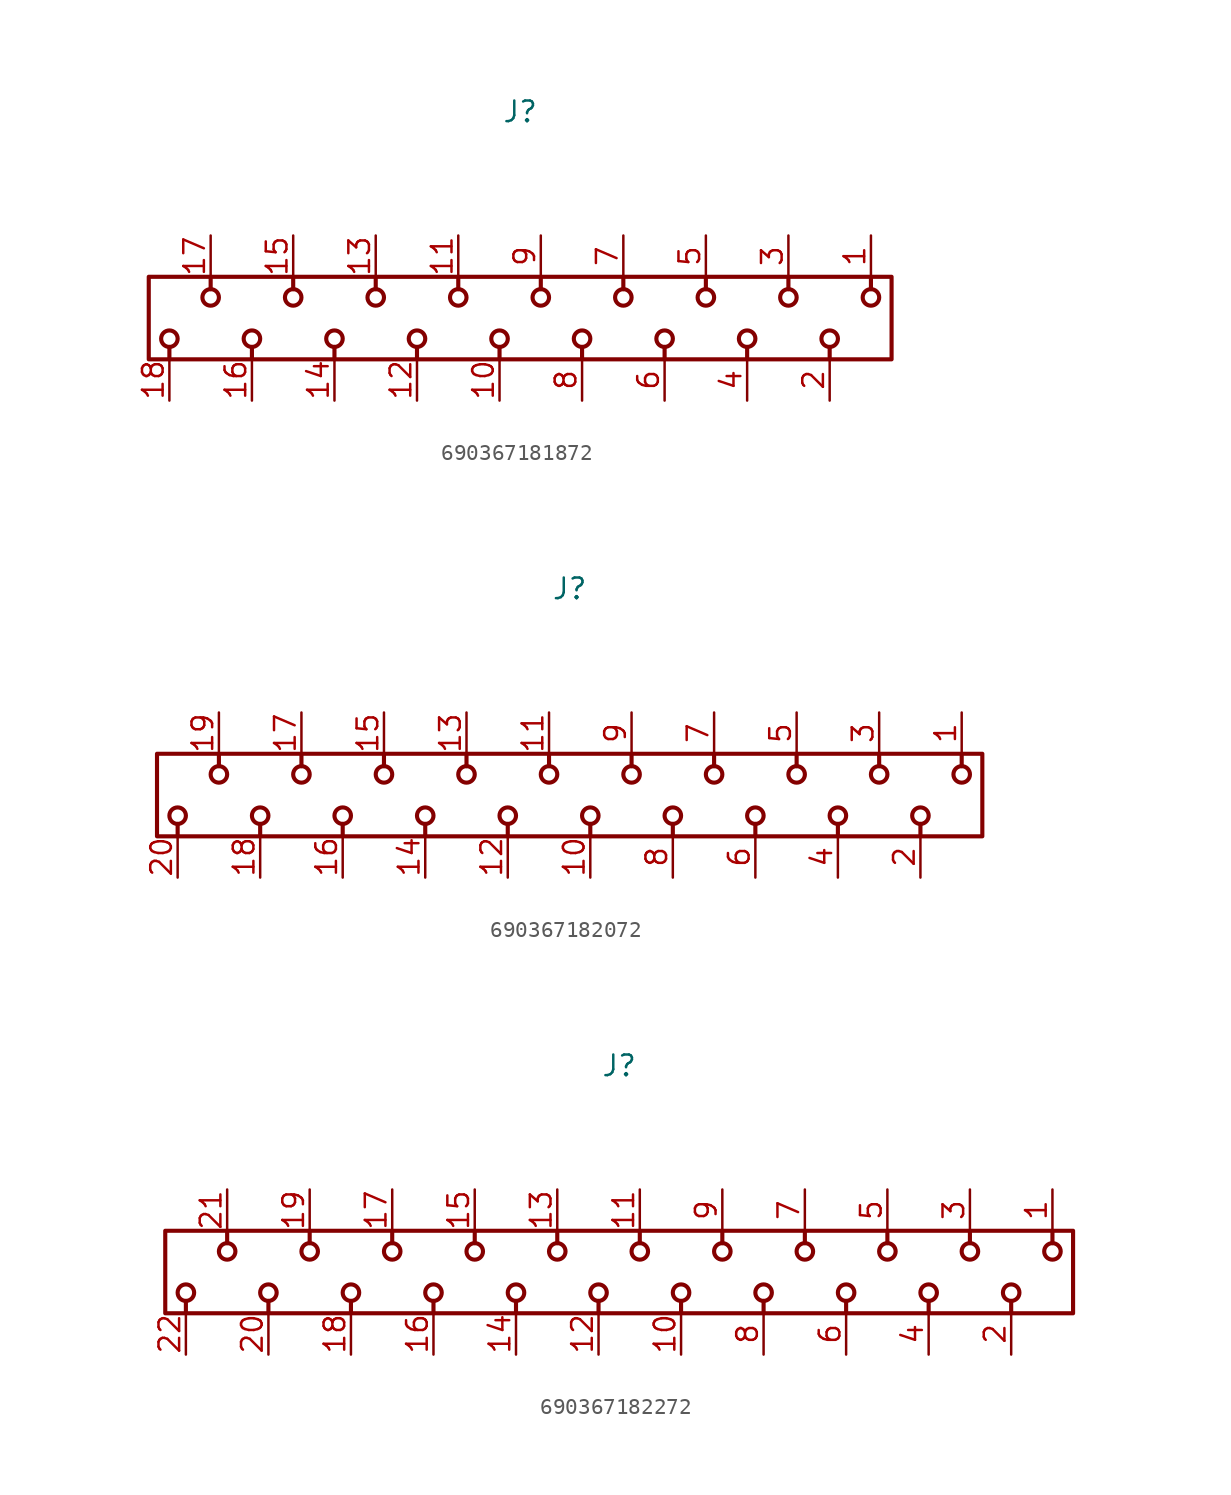
<source format=kicad_sym>
(kicad_symbol_lib
  (version 20241209)
  (generator "kicad_symbol_editor")
  (generator_version "9.0")
  (symbol "690367181872"
    (pin_names
      (hide yes))
    (property "Reference" "J"
      (at 0 12.7 0)
      (effects (font (size 1.27 1.27))))
    (symbol "690367181872_1_1"
      (rectangle (start -22.86 2.54) (end 22.86 -2.54) (stroke (width 0.254) (type solid)) (fill (type none)))
      (circle (center -21.59 -1.27) (radius 0.508) (stroke (width 0.254) (type solid)) (fill (type none)))
      (polyline (pts (xy -21.59 -1.778) (xy -21.59 -2.54)) (stroke (width 0.254) (type solid)) (fill (type none)))
      (polyline (pts (xy -19.05 1.778) (xy -19.05 2.54)) (stroke (width 0.254) (type solid)) (fill (type none)))
      (circle (center -19.05 1.27) (radius 0.508) (stroke (width 0.254) (type solid)) (fill (type none)))
      (circle (center -16.51 -1.27) (radius 0.508) (stroke (width 0.254) (type solid)) (fill (type none)))
      (polyline (pts (xy -16.51 -1.778) (xy -16.51 -2.54)) (stroke (width 0.254) (type solid)) (fill (type none)))
      (polyline (pts (xy -13.97 1.778) (xy -13.97 2.54)) (stroke (width 0.254) (type solid)) (fill (type none)))
      (circle (center -13.97 1.27) (radius 0.508) (stroke (width 0.254) (type solid)) (fill (type none)))
      (circle (center -11.43 -1.27) (radius 0.508) (stroke (width 0.254) (type solid)) (fill (type none)))
      (polyline (pts (xy -11.43 -1.778) (xy -11.43 -2.54)) (stroke (width 0.254) (type solid)) (fill (type none)))
      (polyline (pts (xy -8.89 1.778) (xy -8.89 2.54)) (stroke (width 0.254) (type solid)) (fill (type none)))
      (circle (center -8.89 1.27) (radius 0.508) (stroke (width 0.254) (type solid)) (fill (type none)))
      (circle (center -6.35 -1.27) (radius 0.508) (stroke (width 0.254) (type solid)) (fill (type none)))
      (polyline (pts (xy -6.35 -1.778) (xy -6.35 -2.54)) (stroke (width 0.254) (type solid)) (fill (type none)))
      (polyline (pts (xy -3.81 1.778) (xy -3.81 2.54)) (stroke (width 0.254) (type solid)) (fill (type none)))
      (circle (center -3.81 1.27) (radius 0.508) (stroke (width 0.254) (type solid)) (fill (type none)))
      (circle (center -1.27 -1.27) (radius 0.508) (stroke (width 0.254) (type solid)) (fill (type none)))
      (polyline (pts (xy -1.27 -1.778) (xy -1.27 -2.54)) (stroke (width 0.254) (type solid)) (fill (type none)))
      (polyline (pts (xy 1.27 1.778) (xy 1.27 2.54)) (stroke (width 0.254) (type solid)) (fill (type none)))
      (circle (center 1.27 1.27) (radius 0.508) (stroke (width 0.254) (type solid)) (fill (type none)))
      (circle (center 3.81 -1.27) (radius 0.508) (stroke (width 0.254) (type solid)) (fill (type none)))
      (polyline (pts (xy 3.81 -1.778) (xy 3.81 -2.54)) (stroke (width 0.254) (type solid)) (fill (type none)))
      (polyline (pts (xy 6.35 1.778) (xy 6.35 2.54)) (stroke (width 0.254) (type solid)) (fill (type none)))
      (circle (center 6.35 1.27) (radius 0.508) (stroke (width 0.254) (type solid)) (fill (type none)))
      (circle (center 8.89 -1.27) (radius 0.508) (stroke (width 0.254) (type solid)) (fill (type none)))
      (polyline (pts (xy 8.89 -1.778) (xy 8.89 -2.54)) (stroke (width 0.254) (type solid)) (fill (type none)))
      (polyline (pts (xy 11.43 1.778) (xy 11.43 2.54)) (stroke (width 0.254) (type solid)) (fill (type none)))
      (circle (center 11.43 1.27) (radius 0.508) (stroke (width 0.254) (type solid)) (fill (type none)))
      (circle (center 13.97 -1.27) (radius 0.508) (stroke (width 0.254) (type solid)) (fill (type none)))
      (polyline (pts (xy 13.97 -1.778) (xy 13.97 -2.54)) (stroke (width 0.254) (type solid)) (fill (type none)))
      (polyline (pts (xy 16.51 1.778) (xy 16.51 2.54)) (stroke (width 0.254) (type solid)) (fill (type none)))
      (circle (center 16.51 1.27) (radius 0.508) (stroke (width 0.254) (type solid)) (fill (type none)))
      (circle (center 19.05 -1.27) (radius 0.508) (stroke (width 0.254) (type solid)) (fill (type none)))
      (polyline (pts (xy 19.05 -1.778) (xy 19.05 -2.54)) (stroke (width 0.254) (type solid)) (fill (type none)))
      (polyline (pts (xy 21.59 1.778) (xy 21.59 2.54)) (stroke (width 0.254) (type solid)) (fill (type none)))
      (circle (center 21.59 1.27) (radius 0.508) (stroke (width 0.254) (type solid)) (fill (type none)))
      (pin passive line (at -21.59 -5.08 90) (length 2.54) (name "18" (effects (font (size 1.27 1.27)))) (number "18" (effects (font (size 1.27 1.27)))))
      (pin passive line (at -19.05 5.08 270) (length 2.54) (name "17" (effects (font (size 1.27 1.27)))) (number "17" (effects (font (size 1.27 1.27)))))
      (pin passive line (at -16.51 -5.08 90) (length 2.54) (name "16" (effects (font (size 1.27 1.27)))) (number "16" (effects (font (size 1.27 1.27)))))
      (pin passive line (at -13.97 5.08 270) (length 2.54) (name "15" (effects (font (size 1.27 1.27)))) (number "15" (effects (font (size 1.27 1.27)))))
      (pin passive line (at -11.43 -5.08 90) (length 2.54) (name "14" (effects (font (size 1.27 1.27)))) (number "14" (effects (font (size 1.27 1.27)))))
      (pin passive line (at -8.89 5.08 270) (length 2.54) (name "13" (effects (font (size 1.27 1.27)))) (number "13" (effects (font (size 1.27 1.27)))))
      (pin passive line (at -6.35 -5.08 90) (length 2.54) (name "12" (effects (font (size 1.27 1.27)))) (number "12" (effects (font (size 1.27 1.27)))))
      (pin passive line (at -3.81 5.08 270) (length 2.54) (name "11" (effects (font (size 1.27 1.27)))) (number "11" (effects (font (size 1.27 1.27)))))
      (pin passive line (at -1.27 -5.08 90) (length 2.54) (name "10" (effects (font (size 1.27 1.27)))) (number "10" (effects (font (size 1.27 1.27)))))
      (pin passive line (at 1.27 5.08 270) (length 2.54) (name "9" (effects (font (size 1.27 1.27)))) (number "9" (effects (font (size 1.27 1.27)))))
      (pin passive line (at 3.81 -5.08 90) (length 2.54) (name "8" (effects (font (size 1.27 1.27)))) (number "8" (effects (font (size 1.27 1.27)))))
      (pin passive line (at 6.35 5.08 270) (length 2.54) (name "7" (effects (font (size 1.27 1.27)))) (number "7" (effects (font (size 1.27 1.27)))))
      (pin passive line (at 8.89 -5.08 90) (length 2.54) (name "6" (effects (font (size 1.27 1.27)))) (number "6" (effects (font (size 1.27 1.27)))))
      (pin passive line (at 11.43 5.08 270) (length 2.54) (name "5" (effects (font (size 1.27 1.27)))) (number "5" (effects (font (size 1.27 1.27)))))
      (pin passive line (at 13.97 -5.08 90) (length 2.54) (name "4" (effects (font (size 1.27 1.27)))) (number "4" (effects (font (size 1.27 1.27)))))
      (pin passive line (at 16.51 5.08 270) (length 2.54) (name "3" (effects (font (size 1.27 1.27)))) (number "3" (effects (font (size 1.27 1.27)))))
      (pin passive line (at 19.05 -5.08 90) (length 2.54) (name "2" (effects (font (size 1.27 1.27)))) (number "2" (effects (font (size 1.27 1.27)))))
      (pin passive line (at 21.59 5.08 270) (length 2.54) (name "1" (effects (font (size 1.27 1.27)))) (number "1" (effects (font (size 1.27 1.27)))))))
  (symbol "690367182072"
    (pin_names
      (hide yes))
    (property "Reference" "J"
      (at 0 12.7 0)
      (effects (font (size 1.27 1.27))))
    (symbol "690367182072_1_1"
      (rectangle (start -25.4 2.54) (end 25.4 -2.54) (stroke (width 0.254) (type solid)) (fill (type none)))
      (circle (center -24.13 -1.27) (radius 0.508) (stroke (width 0.254) (type solid)) (fill (type none)))
      (polyline (pts (xy -24.13 -1.778) (xy -24.13 -2.54)) (stroke (width 0.254) (type solid)) (fill (type none)))
      (polyline (pts (xy -21.59 1.778) (xy -21.59 2.54)) (stroke (width 0.254) (type solid)) (fill (type none)))
      (circle (center -21.59 1.27) (radius 0.508) (stroke (width 0.254) (type solid)) (fill (type none)))
      (circle (center -19.05 -1.27) (radius 0.508) (stroke (width 0.254) (type solid)) (fill (type none)))
      (polyline (pts (xy -19.05 -1.778) (xy -19.05 -2.54)) (stroke (width 0.254) (type solid)) (fill (type none)))
      (polyline (pts (xy -16.51 1.778) (xy -16.51 2.54)) (stroke (width 0.254) (type solid)) (fill (type none)))
      (circle (center -16.51 1.27) (radius 0.508) (stroke (width 0.254) (type solid)) (fill (type none)))
      (circle (center -13.97 -1.27) (radius 0.508) (stroke (width 0.254) (type solid)) (fill (type none)))
      (polyline (pts (xy -13.97 -1.778) (xy -13.97 -2.54)) (stroke (width 0.254) (type solid)) (fill (type none)))
      (polyline (pts (xy -11.43 1.778) (xy -11.43 2.54)) (stroke (width 0.254) (type solid)) (fill (type none)))
      (circle (center -11.43 1.27) (radius 0.508) (stroke (width 0.254) (type solid)) (fill (type none)))
      (circle (center -8.89 -1.27) (radius 0.508) (stroke (width 0.254) (type solid)) (fill (type none)))
      (polyline (pts (xy -8.89 -1.778) (xy -8.89 -2.54)) (stroke (width 0.254) (type solid)) (fill (type none)))
      (polyline (pts (xy -6.35 1.778) (xy -6.35 2.54)) (stroke (width 0.254) (type solid)) (fill (type none)))
      (circle (center -6.35 1.27) (radius 0.508) (stroke (width 0.254) (type solid)) (fill (type none)))
      (circle (center -3.81 -1.27) (radius 0.508) (stroke (width 0.254) (type solid)) (fill (type none)))
      (polyline (pts (xy -3.81 -1.778) (xy -3.81 -2.54)) (stroke (width 0.254) (type solid)) (fill (type none)))
      (polyline (pts (xy -1.27 1.778) (xy -1.27 2.54)) (stroke (width 0.254) (type solid)) (fill (type none)))
      (circle (center -1.27 1.27) (radius 0.508) (stroke (width 0.254) (type solid)) (fill (type none)))
      (circle (center 1.27 -1.27) (radius 0.508) (stroke (width 0.254) (type solid)) (fill (type none)))
      (polyline (pts (xy 1.27 -1.778) (xy 1.27 -2.54)) (stroke (width 0.254) (type solid)) (fill (type none)))
      (polyline (pts (xy 3.81 1.778) (xy 3.81 2.54)) (stroke (width 0.254) (type solid)) (fill (type none)))
      (circle (center 3.81 1.27) (radius 0.508) (stroke (width 0.254) (type solid)) (fill (type none)))
      (circle (center 6.35 -1.27) (radius 0.508) (stroke (width 0.254) (type solid)) (fill (type none)))
      (polyline (pts (xy 6.35 -1.778) (xy 6.35 -2.54)) (stroke (width 0.254) (type solid)) (fill (type none)))
      (polyline (pts (xy 8.89 1.778) (xy 8.89 2.54)) (stroke (width 0.254) (type solid)) (fill (type none)))
      (circle (center 8.89 1.27) (radius 0.508) (stroke (width 0.254) (type solid)) (fill (type none)))
      (circle (center 11.43 -1.27) (radius 0.508) (stroke (width 0.254) (type solid)) (fill (type none)))
      (polyline (pts (xy 11.43 -1.778) (xy 11.43 -2.54)) (stroke (width 0.254) (type solid)) (fill (type none)))
      (polyline (pts (xy 13.97 1.778) (xy 13.97 2.54)) (stroke (width 0.254) (type solid)) (fill (type none)))
      (circle (center 13.97 1.27) (radius 0.508) (stroke (width 0.254) (type solid)) (fill (type none)))
      (circle (center 16.51 -1.27) (radius 0.508) (stroke (width 0.254) (type solid)) (fill (type none)))
      (polyline (pts (xy 16.51 -1.778) (xy 16.51 -2.54)) (stroke (width 0.254) (type solid)) (fill (type none)))
      (polyline (pts (xy 19.05 1.778) (xy 19.05 2.54)) (stroke (width 0.254) (type solid)) (fill (type none)))
      (circle (center 19.05 1.27) (radius 0.508) (stroke (width 0.254) (type solid)) (fill (type none)))
      (circle (center 21.59 -1.27) (radius 0.508) (stroke (width 0.254) (type solid)) (fill (type none)))
      (polyline (pts (xy 21.59 -1.778) (xy 21.59 -2.54)) (stroke (width 0.254) (type solid)) (fill (type none)))
      (polyline (pts (xy 24.13 1.778) (xy 24.13 2.54)) (stroke (width 0.254) (type solid)) (fill (type none)))
      (circle (center 24.13 1.27) (radius 0.508) (stroke (width 0.254) (type solid)) (fill (type none)))
      (pin passive line (at -24.13 -5.08 90) (length 2.54) (name "20" (effects (font (size 1.27 1.27)))) (number "20" (effects (font (size 1.27 1.27)))))
      (pin passive line (at -21.59 5.08 270) (length 2.54) (name "19" (effects (font (size 1.27 1.27)))) (number "19" (effects (font (size 1.27 1.27)))))
      (pin passive line (at -19.05 -5.08 90) (length 2.54) (name "18" (effects (font (size 1.27 1.27)))) (number "18" (effects (font (size 1.27 1.27)))))
      (pin passive line (at -16.51 5.08 270) (length 2.54) (name "17" (effects (font (size 1.27 1.27)))) (number "17" (effects (font (size 1.27 1.27)))))
      (pin passive line (at -13.97 -5.08 90) (length 2.54) (name "16" (effects (font (size 1.27 1.27)))) (number "16" (effects (font (size 1.27 1.27)))))
      (pin passive line (at -11.43 5.08 270) (length 2.54) (name "15" (effects (font (size 1.27 1.27)))) (number "15" (effects (font (size 1.27 1.27)))))
      (pin passive line (at -8.89 -5.08 90) (length 2.54) (name "14" (effects (font (size 1.27 1.27)))) (number "14" (effects (font (size 1.27 1.27)))))
      (pin passive line (at -6.35 5.08 270) (length 2.54) (name "13" (effects (font (size 1.27 1.27)))) (number "13" (effects (font (size 1.27 1.27)))))
      (pin passive line (at -3.81 -5.08 90) (length 2.54) (name "12" (effects (font (size 1.27 1.27)))) (number "12" (effects (font (size 1.27 1.27)))))
      (pin passive line (at -1.27 5.08 270) (length 2.54) (name "11" (effects (font (size 1.27 1.27)))) (number "11" (effects (font (size 1.27 1.27)))))
      (pin passive line (at 1.27 -5.08 90) (length 2.54) (name "10" (effects (font (size 1.27 1.27)))) (number "10" (effects (font (size 1.27 1.27)))))
      (pin passive line (at 3.81 5.08 270) (length 2.54) (name "9" (effects (font (size 1.27 1.27)))) (number "9" (effects (font (size 1.27 1.27)))))
      (pin passive line (at 6.35 -5.08 90) (length 2.54) (name "8" (effects (font (size 1.27 1.27)))) (number "8" (effects (font (size 1.27 1.27)))))
      (pin passive line (at 8.89 5.08 270) (length 2.54) (name "7" (effects (font (size 1.27 1.27)))) (number "7" (effects (font (size 1.27 1.27)))))
      (pin passive line (at 11.43 -5.08 90) (length 2.54) (name "6" (effects (font (size 1.27 1.27)))) (number "6" (effects (font (size 1.27 1.27)))))
      (pin passive line (at 13.97 5.08 270) (length 2.54) (name "5" (effects (font (size 1.27 1.27)))) (number "5" (effects (font (size 1.27 1.27)))))
      (pin passive line (at 16.51 -5.08 90) (length 2.54) (name "4" (effects (font (size 1.27 1.27)))) (number "4" (effects (font (size 1.27 1.27)))))
      (pin passive line (at 19.05 5.08 270) (length 2.54) (name "3" (effects (font (size 1.27 1.27)))) (number "3" (effects (font (size 1.27 1.27)))))
      (pin passive line (at 21.59 -5.08 90) (length 2.54) (name "2" (effects (font (size 1.27 1.27)))) (number "2" (effects (font (size 1.27 1.27)))))
      (pin passive line (at 24.13 5.08 270) (length 2.54) (name "1" (effects (font (size 1.27 1.27)))) (number "1" (effects (font (size 1.27 1.27)))))))
  (symbol "690367182272"
    (pin_names
      (hide yes))
    (property "Reference" "J"
      (at 0 12.7 0)
      (effects (font (size 1.27 1.27))))
    (symbol "690367182272_1_1"
      (rectangle (start -27.94 2.54) (end 27.94 -2.54) (stroke (width 0.254) (type solid)) (fill (type none)))
      (circle (center -26.67 -1.27) (radius 0.508) (stroke (width 0.254) (type solid)) (fill (type none)))
      (polyline (pts (xy -26.67 -1.778) (xy -26.67 -2.54)) (stroke (width 0.254) (type solid)) (fill (type none)))
      (polyline (pts (xy -24.13 1.778) (xy -24.13 2.54)) (stroke (width 0.254) (type solid)) (fill (type none)))
      (circle (center -24.13 1.27) (radius 0.508) (stroke (width 0.254) (type solid)) (fill (type none)))
      (circle (center -21.59 -1.27) (radius 0.508) (stroke (width 0.254) (type solid)) (fill (type none)))
      (polyline (pts (xy -21.59 -1.778) (xy -21.59 -2.54)) (stroke (width 0.254) (type solid)) (fill (type none)))
      (polyline (pts (xy -19.05 1.778) (xy -19.05 2.54)) (stroke (width 0.254) (type solid)) (fill (type none)))
      (circle (center -19.05 1.27) (radius 0.508) (stroke (width 0.254) (type solid)) (fill (type none)))
      (circle (center -16.51 -1.27) (radius 0.508) (stroke (width 0.254) (type solid)) (fill (type none)))
      (polyline (pts (xy -16.51 -1.778) (xy -16.51 -2.54)) (stroke (width 0.254) (type solid)) (fill (type none)))
      (polyline (pts (xy -13.97 1.778) (xy -13.97 2.54)) (stroke (width 0.254) (type solid)) (fill (type none)))
      (circle (center -13.97 1.27) (radius 0.508) (stroke (width 0.254) (type solid)) (fill (type none)))
      (circle (center -11.43 -1.27) (radius 0.508) (stroke (width 0.254) (type solid)) (fill (type none)))
      (polyline (pts (xy -11.43 -1.778) (xy -11.43 -2.54)) (stroke (width 0.254) (type solid)) (fill (type none)))
      (polyline (pts (xy -8.89 1.778) (xy -8.89 2.54)) (stroke (width 0.254) (type solid)) (fill (type none)))
      (circle (center -8.89 1.27) (radius 0.508) (stroke (width 0.254) (type solid)) (fill (type none)))
      (circle (center -6.35 -1.27) (radius 0.508) (stroke (width 0.254) (type solid)) (fill (type none)))
      (polyline (pts (xy -6.35 -1.778) (xy -6.35 -2.54)) (stroke (width 0.254) (type solid)) (fill (type none)))
      (polyline (pts (xy -3.81 1.778) (xy -3.81 2.54)) (stroke (width 0.254) (type solid)) (fill (type none)))
      (circle (center -3.81 1.27) (radius 0.508) (stroke (width 0.254) (type solid)) (fill (type none)))
      (circle (center -1.27 -1.27) (radius 0.508) (stroke (width 0.254) (type solid)) (fill (type none)))
      (polyline (pts (xy -1.27 -1.778) (xy -1.27 -2.54)) (stroke (width 0.254) (type solid)) (fill (type none)))
      (polyline (pts (xy 1.27 1.778) (xy 1.27 2.54)) (stroke (width 0.254) (type solid)) (fill (type none)))
      (circle (center 1.27 1.27) (radius 0.508) (stroke (width 0.254) (type solid)) (fill (type none)))
      (circle (center 3.81 -1.27) (radius 0.508) (stroke (width 0.254) (type solid)) (fill (type none)))
      (polyline (pts (xy 3.81 -1.778) (xy 3.81 -2.54)) (stroke (width 0.254) (type solid)) (fill (type none)))
      (polyline (pts (xy 6.35 1.778) (xy 6.35 2.54)) (stroke (width 0.254) (type solid)) (fill (type none)))
      (circle (center 6.35 1.27) (radius 0.508) (stroke (width 0.254) (type solid)) (fill (type none)))
      (circle (center 8.89 -1.27) (radius 0.508) (stroke (width 0.254) (type solid)) (fill (type none)))
      (polyline (pts (xy 8.89 -1.778) (xy 8.89 -2.54)) (stroke (width 0.254) (type solid)) (fill (type none)))
      (polyline (pts (xy 11.43 1.778) (xy 11.43 2.54)) (stroke (width 0.254) (type solid)) (fill (type none)))
      (circle (center 11.43 1.27) (radius 0.508) (stroke (width 0.254) (type solid)) (fill (type none)))
      (circle (center 13.97 -1.27) (radius 0.508) (stroke (width 0.254) (type solid)) (fill (type none)))
      (polyline (pts (xy 13.97 -1.778) (xy 13.97 -2.54)) (stroke (width 0.254) (type solid)) (fill (type none)))
      (polyline (pts (xy 16.51 1.778) (xy 16.51 2.54)) (stroke (width 0.254) (type solid)) (fill (type none)))
      (circle (center 16.51 1.27) (radius 0.508) (stroke (width 0.254) (type solid)) (fill (type none)))
      (circle (center 19.05 -1.27) (radius 0.508) (stroke (width 0.254) (type solid)) (fill (type none)))
      (polyline (pts (xy 19.05 -1.778) (xy 19.05 -2.54)) (stroke (width 0.254) (type solid)) (fill (type none)))
      (polyline (pts (xy 21.59 1.778) (xy 21.59 2.54)) (stroke (width 0.254) (type solid)) (fill (type none)))
      (circle (center 21.59 1.27) (radius 0.508) (stroke (width 0.254) (type solid)) (fill (type none)))
      (circle (center 24.13 -1.27) (radius 0.508) (stroke (width 0.254) (type solid)) (fill (type none)))
      (polyline (pts (xy 24.13 -1.778) (xy 24.13 -2.54)) (stroke (width 0.254) (type solid)) (fill (type none)))
      (polyline (pts (xy 26.67 1.778) (xy 26.67 2.54)) (stroke (width 0.254) (type solid)) (fill (type none)))
      (circle (center 26.67 1.27) (radius 0.508) (stroke (width 0.254) (type solid)) (fill (type none)))
      (pin passive line (at -26.67 -5.08 90) (length 2.54) (name "22" (effects (font (size 1.27 1.27)))) (number "22" (effects (font (size 1.27 1.27)))))
      (pin passive line (at -24.13 5.08 270) (length 2.54) (name "21" (effects (font (size 1.27 1.27)))) (number "21" (effects (font (size 1.27 1.27)))))
      (pin passive line (at -21.59 -5.08 90) (length 2.54) (name "20" (effects (font (size 1.27 1.27)))) (number "20" (effects (font (size 1.27 1.27)))))
      (pin passive line (at -19.05 5.08 270) (length 2.54) (name "19" (effects (font (size 1.27 1.27)))) (number "19" (effects (font (size 1.27 1.27)))))
      (pin passive line (at -16.51 -5.08 90) (length 2.54) (name "18" (effects (font (size 1.27 1.27)))) (number "18" (effects (font (size 1.27 1.27)))))
      (pin passive line (at -13.97 5.08 270) (length 2.54) (name "17" (effects (font (size 1.27 1.27)))) (number "17" (effects (font (size 1.27 1.27)))))
      (pin passive line (at -11.43 -5.08 90) (length 2.54) (name "16" (effects (font (size 1.27 1.27)))) (number "16" (effects (font (size 1.27 1.27)))))
      (pin passive line (at -8.89 5.08 270) (length 2.54) (name "15" (effects (font (size 1.27 1.27)))) (number "15" (effects (font (size 1.27 1.27)))))
      (pin passive line (at -6.35 -5.08 90) (length 2.54) (name "14" (effects (font (size 1.27 1.27)))) (number "14" (effects (font (size 1.27 1.27)))))
      (pin passive line (at -3.81 5.08 270) (length 2.54) (name "13" (effects (font (size 1.27 1.27)))) (number "13" (effects (font (size 1.27 1.27)))))
      (pin passive line (at -1.27 -5.08 90) (length 2.54) (name "12" (effects (font (size 1.27 1.27)))) (number "12" (effects (font (size 1.27 1.27)))))
      (pin passive line (at 1.27 5.08 270) (length 2.54) (name "11" (effects (font (size 1.27 1.27)))) (number "11" (effects (font (size 1.27 1.27)))))
      (pin passive line (at 3.81 -5.08 90) (length 2.54) (name "10" (effects (font (size 1.27 1.27)))) (number "10" (effects (font (size 1.27 1.27)))))
      (pin passive line (at 6.35 5.08 270) (length 2.54) (name "9" (effects (font (size 1.27 1.27)))) (number "9" (effects (font (size 1.27 1.27)))))
      (pin passive line (at 8.89 -5.08 90) (length 2.54) (name "8" (effects (font (size 1.27 1.27)))) (number "8" (effects (font (size 1.27 1.27)))))
      (pin passive line (at 11.43 5.08 270) (length 2.54) (name "7" (effects (font (size 1.27 1.27)))) (number "7" (effects (font (size 1.27 1.27)))))
      (pin passive line (at 13.97 -5.08 90) (length 2.54) (name "6" (effects (font (size 1.27 1.27)))) (number "6" (effects (font (size 1.27 1.27)))))
      (pin passive line (at 16.51 5.08 270) (length 2.54) (name "5" (effects (font (size 1.27 1.27)))) (number "5" (effects (font (size 1.27 1.27)))))
      (pin passive line (at 19.05 -5.08 90) (length 2.54) (name "4" (effects (font (size 1.27 1.27)))) (number "4" (effects (font (size 1.27 1.27)))))
      (pin passive line (at 21.59 5.08 270) (length 2.54) (name "3" (effects (font (size 1.27 1.27)))) (number "3" (effects (font (size 1.27 1.27)))))
      (pin passive line (at 24.13 -5.08 90) (length 2.54) (name "2" (effects (font (size 1.27 1.27)))) (number "2" (effects (font (size 1.27 1.27)))))
      (pin passive line (at 26.67 5.08 270) (length 2.54) (name "1" (effects (font (size 1.27 1.27)))) (number "1" (effects (font (size 1.27 1.27))))))))
</source>
